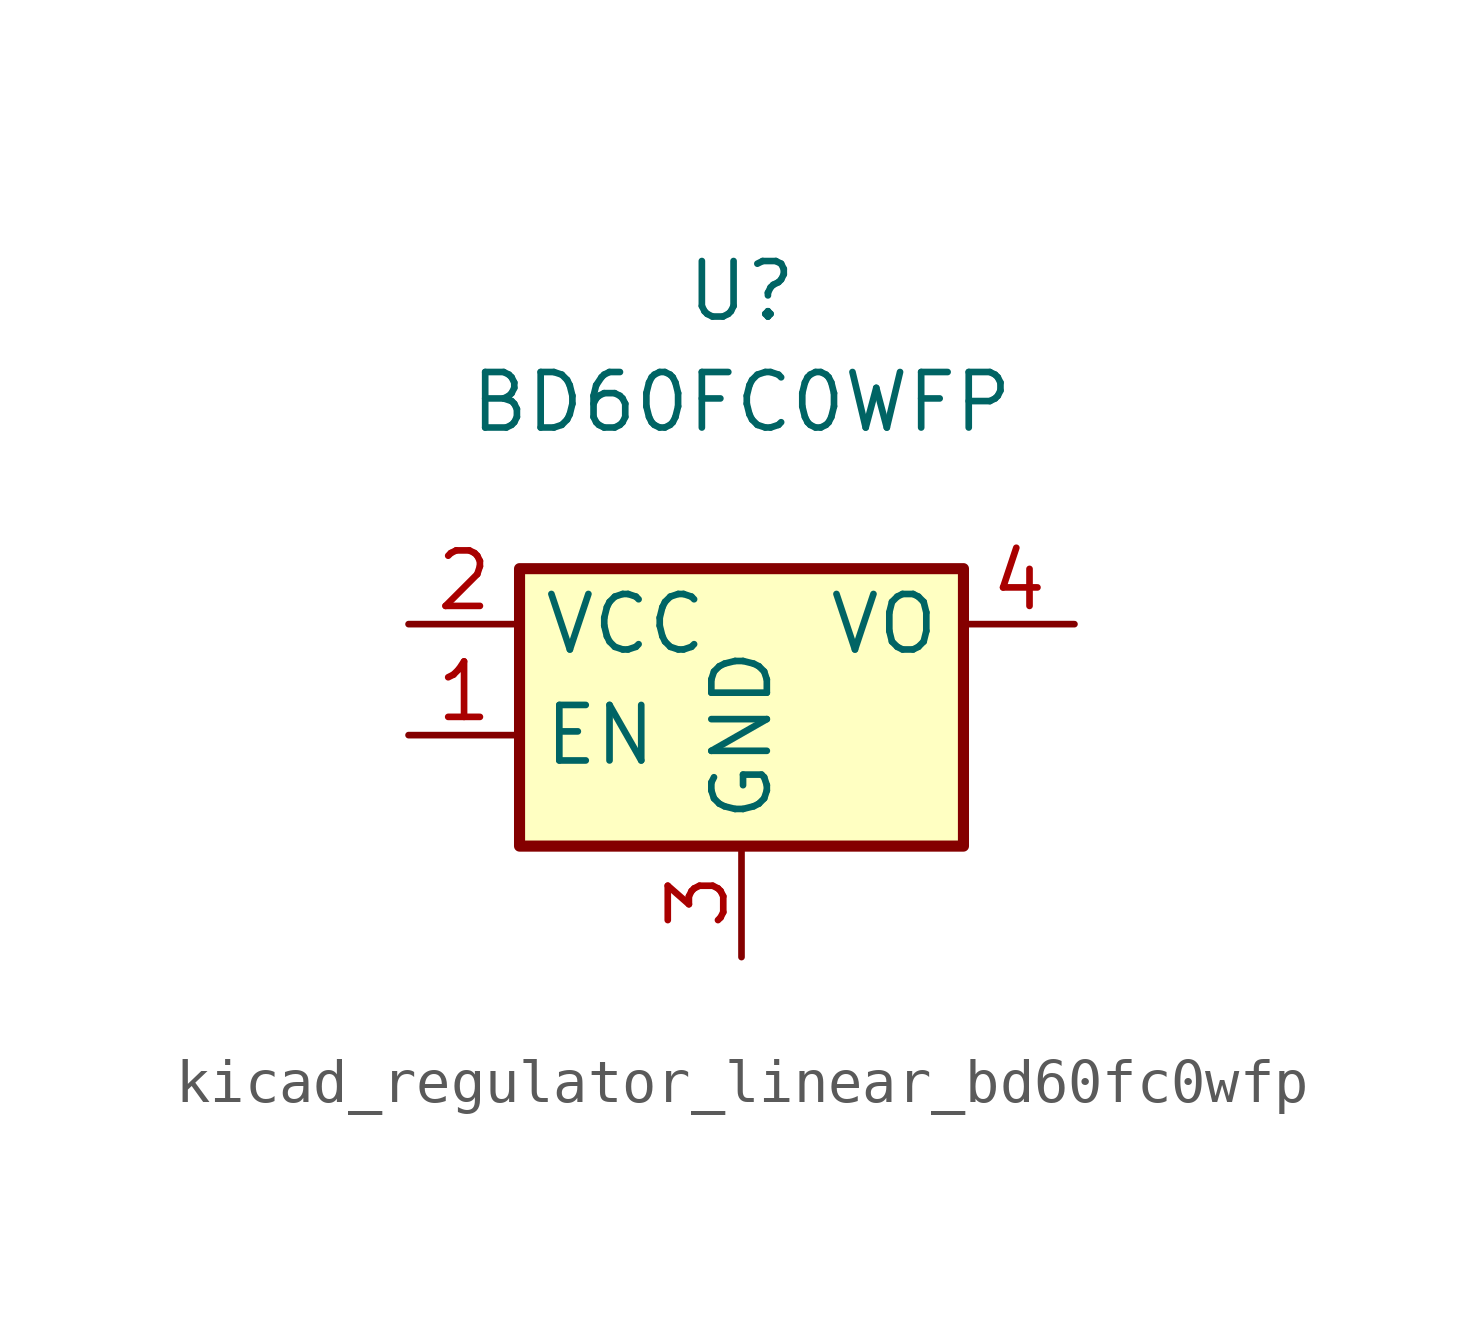
<source format=kicad_sym>
(kicad_symbol_lib
  (version 20220914)
  (generator kicad_symbol_editor)
  (symbol "kicad_regulator_linear_bd60fc0wfp"
    (property "Reference" "U"
      (at 0 7.62 0)
      (effects (font (size 1.27 1.27))))
    (property "Value" "BD60FC0WFP"
      (at 0 5.08 0)
      (effects (font (size 1.27 1.27))))
    (symbol "kicad_regulator_linear_bd60fc0wfp_1_1"
      (rectangle (start -5.08 -5.08) (end 5.08 1.27) (stroke (width 0.254) (type default)) (fill (type background)))
      (pin input line (at -7.62 -2.54 0) (length 2.54) (name "EN" (effects (font (size 1.27 1.27)))) (number "1" (effects (font (size 1.27 1.27)))))
      (pin power_in line (at -7.62 0 0) (length 2.54) (name "VCC" (effects (font (size 1.27 1.27)))) (number "2" (effects (font (size 1.27 1.27)))))
      (pin power_in line (at 0 -7.62 90) (length 2.54) (name "GND" (effects (font (size 1.27 1.27)))) (number "3" (effects (font (size 1.27 1.27)))))
      (pin power_out line (at 7.62 0 180) (length 2.54) (name "VO" (effects (font (size 1.27 1.27)))) (number "4" (effects (font (size 1.27 1.27)))))
      (pin no_connect line (at 5.08 -2.54 180) (length 2.54) hide (name "NC" (effects (font (size 1.27 1.27)))) (number "5" (effects (font (size 1.27 1.27))))))))
</source>
